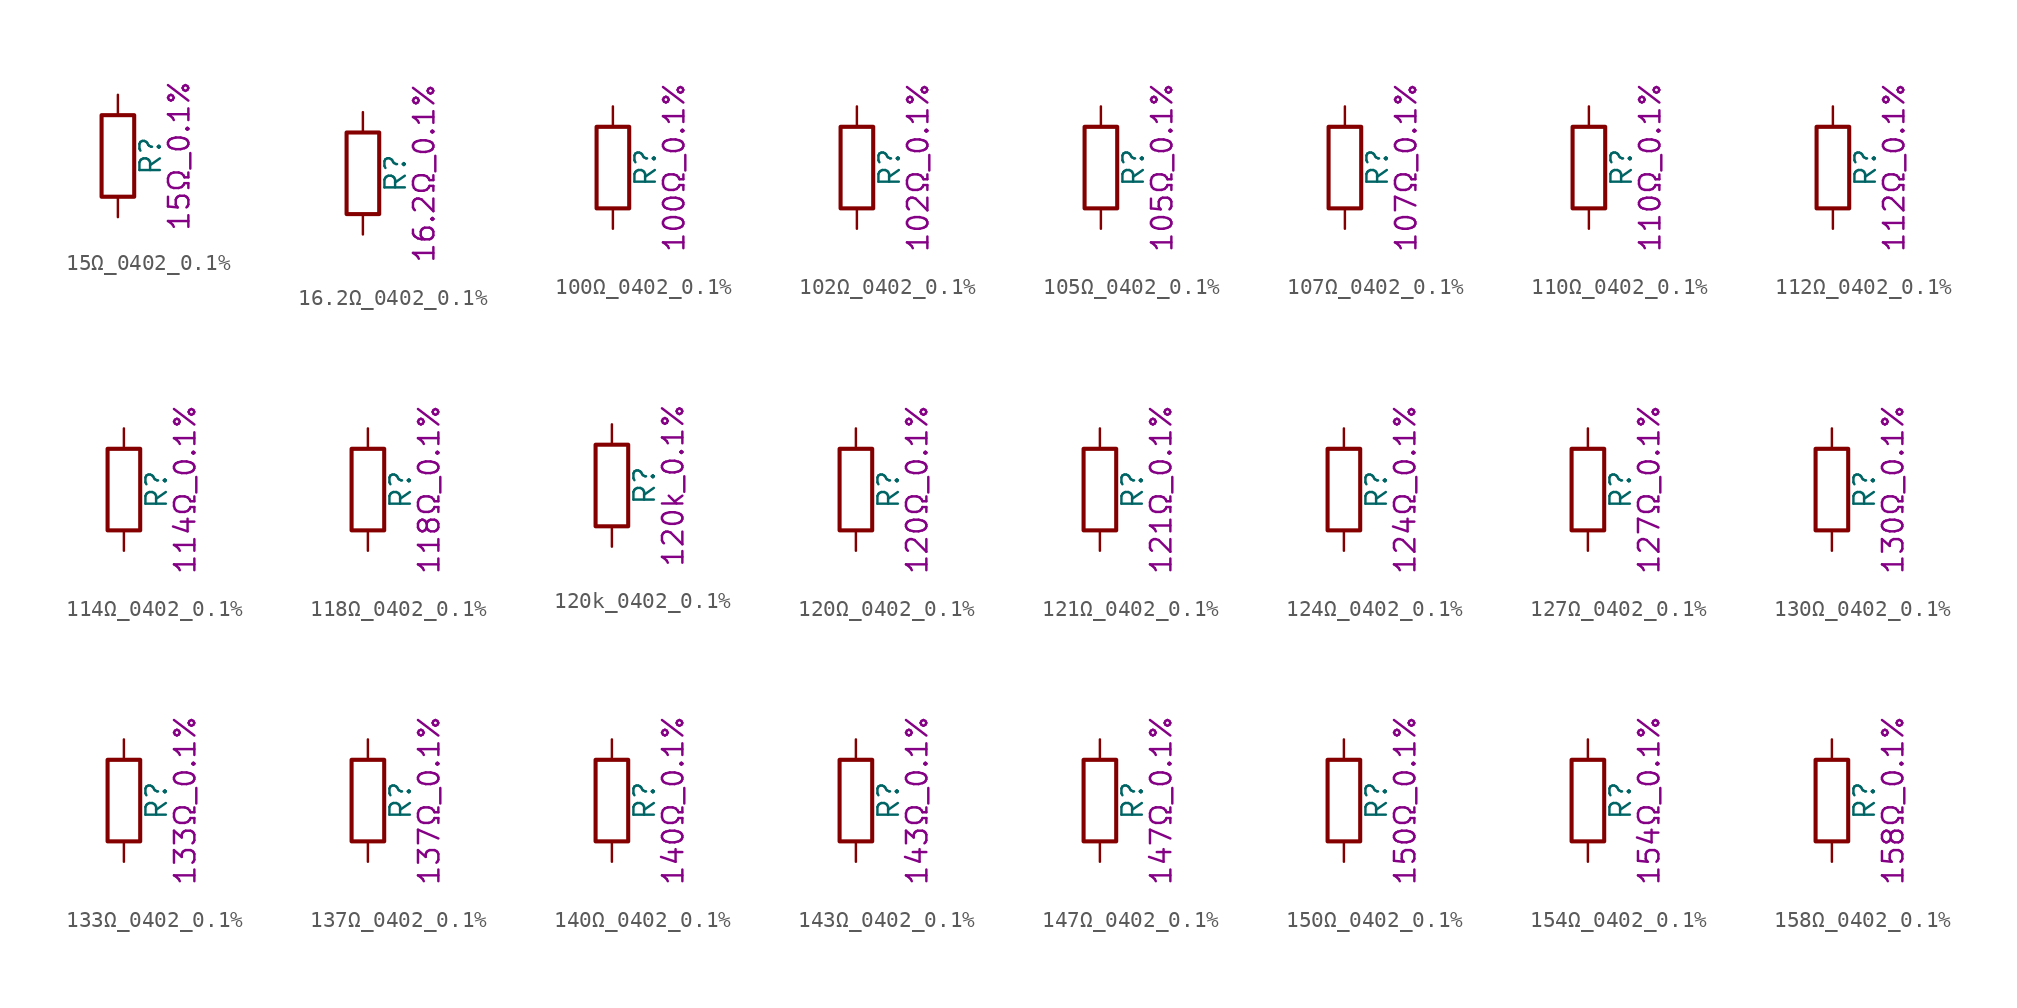
<source format=kicad_sym>
(kicad_symbol_lib
  (version 20211014)
  (generator kicad_symbol_editor)
  (symbol "15Ω_0402_0.1%"
    (pin_numbers hide)
    (pin_names
      (offset 0))
    (property "Reference" "R"
      (at 2.032 0 90)
      (effects (font (size 1.27 1.27))))
    (property "Display" "15Ω_0.1%"
      (at 3.81 0 90)
      (effects (font (size 1.27 1.27))))
    (symbol "15Ω_0402_0.1%_0_1"
      (rectangle (start -1.016 -2.54) (end 1.016 2.54) (stroke (width 0.254) (type default) (color 0 0 0 0)) (fill (type none))))
    (symbol "15Ω_0402_0.1%_1_1"
      (pin passive line (at 0 3.81 270) (length 1.27) (name "~" (effects (font (size 1.27 1.27)))) (number "1" (effects (font (size 1.27 1.27)))))
      (pin passive line (at 0 -3.81 90) (length 1.27) (name "~" (effects (font (size 1.27 1.27)))) (number "2" (effects (font (size 1.27 1.27)))))))
  (symbol "16.2Ω_0402_0.1%"
    (pin_numbers hide)
    (pin_names
      (offset 0))
    (property "Reference" "R"
      (at 2.032 0 90)
      (effects (font (size 1.27 1.27))))
    (property "Display" "16.2Ω_0.1%"
      (at 3.81 0 90)
      (effects (font (size 1.27 1.27))))
    (symbol "16.2Ω_0402_0.1%_0_1"
      (rectangle (start -1.016 -2.54) (end 1.016 2.54) (stroke (width 0.254) (type default) (color 0 0 0 0)) (fill (type none))))
    (symbol "16.2Ω_0402_0.1%_1_1"
      (pin passive line (at 0 3.81 270) (length 1.27) (name "~" (effects (font (size 1.27 1.27)))) (number "1" (effects (font (size 1.27 1.27)))))
      (pin passive line (at 0 -3.81 90) (length 1.27) (name "~" (effects (font (size 1.27 1.27)))) (number "2" (effects (font (size 1.27 1.27)))))))
  (symbol "100Ω_0402_0.1%"
    (pin_numbers hide)
    (pin_names
      (offset 0))
    (property "Reference" "R"
      (at 2.032 0 90)
      (effects (font (size 1.27 1.27))))
    (property "Display" "100Ω_0.1%"
      (at 3.81 0 90)
      (effects (font (size 1.27 1.27))))
    (symbol "100Ω_0402_0.1%_0_1"
      (rectangle (start -1.016 -2.54) (end 1.016 2.54) (stroke (width 0.254) (type default) (color 0 0 0 0)) (fill (type none))))
    (symbol "100Ω_0402_0.1%_1_1"
      (pin passive line (at 0 3.81 270) (length 1.27) (name "~" (effects (font (size 1.27 1.27)))) (number "1" (effects (font (size 1.27 1.27)))))
      (pin passive line (at 0 -3.81 90) (length 1.27) (name "~" (effects (font (size 1.27 1.27)))) (number "2" (effects (font (size 1.27 1.27)))))))
  (symbol "102Ω_0402_0.1%"
    (pin_numbers hide)
    (pin_names
      (offset 0))
    (property "Reference" "R"
      (at 2.032 0 90)
      (effects (font (size 1.27 1.27))))
    (property "Display" "102Ω_0.1%"
      (at 3.81 0 90)
      (effects (font (size 1.27 1.27))))
    (symbol "102Ω_0402_0.1%_0_1"
      (rectangle (start -1.016 -2.54) (end 1.016 2.54) (stroke (width 0.254) (type default) (color 0 0 0 0)) (fill (type none))))
    (symbol "102Ω_0402_0.1%_1_1"
      (pin passive line (at 0 3.81 270) (length 1.27) (name "~" (effects (font (size 1.27 1.27)))) (number "1" (effects (font (size 1.27 1.27)))))
      (pin passive line (at 0 -3.81 90) (length 1.27) (name "~" (effects (font (size 1.27 1.27)))) (number "2" (effects (font (size 1.27 1.27)))))))
  (symbol "105Ω_0402_0.1%"
    (pin_numbers hide)
    (pin_names
      (offset 0))
    (property "Reference" "R"
      (at 2.032 0 90)
      (effects (font (size 1.27 1.27))))
    (property "Display" "105Ω_0.1%"
      (at 3.81 0 90)
      (effects (font (size 1.27 1.27))))
    (symbol "105Ω_0402_0.1%_0_1"
      (rectangle (start -1.016 -2.54) (end 1.016 2.54) (stroke (width 0.254) (type default) (color 0 0 0 0)) (fill (type none))))
    (symbol "105Ω_0402_0.1%_1_1"
      (pin passive line (at 0 3.81 270) (length 1.27) (name "~" (effects (font (size 1.27 1.27)))) (number "1" (effects (font (size 1.27 1.27)))))
      (pin passive line (at 0 -3.81 90) (length 1.27) (name "~" (effects (font (size 1.27 1.27)))) (number "2" (effects (font (size 1.27 1.27)))))))
  (symbol "107Ω_0402_0.1%"
    (pin_numbers hide)
    (pin_names
      (offset 0))
    (property "Reference" "R"
      (at 2.032 0 90)
      (effects (font (size 1.27 1.27))))
    (property "Display" "107Ω_0.1%"
      (at 3.81 0 90)
      (effects (font (size 1.27 1.27))))
    (symbol "107Ω_0402_0.1%_0_1"
      (rectangle (start -1.016 -2.54) (end 1.016 2.54) (stroke (width 0.254) (type default) (color 0 0 0 0)) (fill (type none))))
    (symbol "107Ω_0402_0.1%_1_1"
      (pin passive line (at 0 3.81 270) (length 1.27) (name "~" (effects (font (size 1.27 1.27)))) (number "1" (effects (font (size 1.27 1.27)))))
      (pin passive line (at 0 -3.81 90) (length 1.27) (name "~" (effects (font (size 1.27 1.27)))) (number "2" (effects (font (size 1.27 1.27)))))))
  (symbol "110Ω_0402_0.1%"
    (pin_numbers hide)
    (pin_names
      (offset 0))
    (property "Reference" "R"
      (at 2.032 0 90)
      (effects (font (size 1.27 1.27))))
    (property "Display" "110Ω_0.1%"
      (at 3.81 0 90)
      (effects (font (size 1.27 1.27))))
    (symbol "110Ω_0402_0.1%_0_1"
      (rectangle (start -1.016 -2.54) (end 1.016 2.54) (stroke (width 0.254) (type default) (color 0 0 0 0)) (fill (type none))))
    (symbol "110Ω_0402_0.1%_1_1"
      (pin passive line (at 0 3.81 270) (length 1.27) (name "~" (effects (font (size 1.27 1.27)))) (number "1" (effects (font (size 1.27 1.27)))))
      (pin passive line (at 0 -3.81 90) (length 1.27) (name "~" (effects (font (size 1.27 1.27)))) (number "2" (effects (font (size 1.27 1.27)))))))
  (symbol "112Ω_0402_0.1%"
    (pin_numbers hide)
    (pin_names
      (offset 0))
    (property "Reference" "R"
      (at 2.032 0 90)
      (effects (font (size 1.27 1.27))))
    (property "Display" "112Ω_0.1%"
      (at 3.81 0 90)
      (effects (font (size 1.27 1.27))))
    (symbol "112Ω_0402_0.1%_0_1"
      (rectangle (start -1.016 -2.54) (end 1.016 2.54) (stroke (width 0.254) (type default) (color 0 0 0 0)) (fill (type none))))
    (symbol "112Ω_0402_0.1%_1_1"
      (pin passive line (at 0 3.81 270) (length 1.27) (name "~" (effects (font (size 1.27 1.27)))) (number "1" (effects (font (size 1.27 1.27)))))
      (pin passive line (at 0 -3.81 90) (length 1.27) (name "~" (effects (font (size 1.27 1.27)))) (number "2" (effects (font (size 1.27 1.27)))))))
  (symbol "114Ω_0402_0.1%"
    (pin_numbers hide)
    (pin_names
      (offset 0))
    (property "Reference" "R"
      (at 2.032 0 90)
      (effects (font (size 1.27 1.27))))
    (property "Display" "114Ω_0.1%"
      (at 3.81 0 90)
      (effects (font (size 1.27 1.27))))
    (symbol "114Ω_0402_0.1%_0_1"
      (rectangle (start -1.016 -2.54) (end 1.016 2.54) (stroke (width 0.254) (type default) (color 0 0 0 0)) (fill (type none))))
    (symbol "114Ω_0402_0.1%_1_1"
      (pin passive line (at 0 3.81 270) (length 1.27) (name "~" (effects (font (size 1.27 1.27)))) (number "1" (effects (font (size 1.27 1.27)))))
      (pin passive line (at 0 -3.81 90) (length 1.27) (name "~" (effects (font (size 1.27 1.27)))) (number "2" (effects (font (size 1.27 1.27)))))))
  (symbol "118Ω_0402_0.1%"
    (pin_numbers hide)
    (pin_names
      (offset 0))
    (property "Reference" "R"
      (at 2.032 0 90)
      (effects (font (size 1.27 1.27))))
    (property "Display" "118Ω_0.1%"
      (at 3.81 0 90)
      (effects (font (size 1.27 1.27))))
    (symbol "118Ω_0402_0.1%_0_1"
      (rectangle (start -1.016 -2.54) (end 1.016 2.54) (stroke (width 0.254) (type default) (color 0 0 0 0)) (fill (type none))))
    (symbol "118Ω_0402_0.1%_1_1"
      (pin passive line (at 0 3.81 270) (length 1.27) (name "~" (effects (font (size 1.27 1.27)))) (number "1" (effects (font (size 1.27 1.27)))))
      (pin passive line (at 0 -3.81 90) (length 1.27) (name "~" (effects (font (size 1.27 1.27)))) (number "2" (effects (font (size 1.27 1.27)))))))
  (symbol "120k_0402_0.1%"
    (pin_numbers hide)
    (pin_names
      (offset 0))
    (property "Reference" "R"
      (at 2.032 0 90)
      (effects (font (size 1.27 1.27))))
    (property "Display" "120k_0.1%"
      (at 3.81 0 90)
      (effects (font (size 1.27 1.27))))
    (symbol "120k_0402_0.1%_0_1"
      (rectangle (start -1.016 -2.54) (end 1.016 2.54) (stroke (width 0.254) (type default) (color 0 0 0 0)) (fill (type none))))
    (symbol "120k_0402_0.1%_1_1"
      (pin passive line (at 0 3.81 270) (length 1.27) (name "~" (effects (font (size 1.27 1.27)))) (number "1" (effects (font (size 1.27 1.27)))))
      (pin passive line (at 0 -3.81 90) (length 1.27) (name "~" (effects (font (size 1.27 1.27)))) (number "2" (effects (font (size 1.27 1.27)))))))
  (symbol "120Ω_0402_0.1%"
    (pin_numbers hide)
    (pin_names
      (offset 0))
    (property "Reference" "R"
      (at 2.032 0 90)
      (effects (font (size 1.27 1.27))))
    (property "Display" "120Ω_0.1%"
      (at 3.81 0 90)
      (effects (font (size 1.27 1.27))))
    (symbol "120Ω_0402_0.1%_0_1"
      (rectangle (start -1.016 -2.54) (end 1.016 2.54) (stroke (width 0.254) (type default) (color 0 0 0 0)) (fill (type none))))
    (symbol "120Ω_0402_0.1%_1_1"
      (pin passive line (at 0 3.81 270) (length 1.27) (name "~" (effects (font (size 1.27 1.27)))) (number "1" (effects (font (size 1.27 1.27)))))
      (pin passive line (at 0 -3.81 90) (length 1.27) (name "~" (effects (font (size 1.27 1.27)))) (number "2" (effects (font (size 1.27 1.27)))))))
  (symbol "121Ω_0402_0.1%"
    (pin_numbers hide)
    (pin_names
      (offset 0))
    (property "Reference" "R"
      (at 2.032 0 90)
      (effects (font (size 1.27 1.27))))
    (property "Display" "121Ω_0.1%"
      (at 3.81 0 90)
      (effects (font (size 1.27 1.27))))
    (symbol "121Ω_0402_0.1%_0_1"
      (rectangle (start -1.016 -2.54) (end 1.016 2.54) (stroke (width 0.254) (type default) (color 0 0 0 0)) (fill (type none))))
    (symbol "121Ω_0402_0.1%_1_1"
      (pin passive line (at 0 3.81 270) (length 1.27) (name "~" (effects (font (size 1.27 1.27)))) (number "1" (effects (font (size 1.27 1.27)))))
      (pin passive line (at 0 -3.81 90) (length 1.27) (name "~" (effects (font (size 1.27 1.27)))) (number "2" (effects (font (size 1.27 1.27)))))))
  (symbol "124Ω_0402_0.1%"
    (pin_numbers hide)
    (pin_names
      (offset 0))
    (property "Reference" "R"
      (at 2.032 0 90)
      (effects (font (size 1.27 1.27))))
    (property "Display" "124Ω_0.1%"
      (at 3.81 0 90)
      (effects (font (size 1.27 1.27))))
    (symbol "124Ω_0402_0.1%_0_1"
      (rectangle (start -1.016 -2.54) (end 1.016 2.54) (stroke (width 0.254) (type default) (color 0 0 0 0)) (fill (type none))))
    (symbol "124Ω_0402_0.1%_1_1"
      (pin passive line (at 0 3.81 270) (length 1.27) (name "~" (effects (font (size 1.27 1.27)))) (number "1" (effects (font (size 1.27 1.27)))))
      (pin passive line (at 0 -3.81 90) (length 1.27) (name "~" (effects (font (size 1.27 1.27)))) (number "2" (effects (font (size 1.27 1.27)))))))
  (symbol "127Ω_0402_0.1%"
    (pin_numbers hide)
    (pin_names
      (offset 0))
    (property "Reference" "R"
      (at 2.032 0 90)
      (effects (font (size 1.27 1.27))))
    (property "Display" "127Ω_0.1%"
      (at 3.81 0 90)
      (effects (font (size 1.27 1.27))))
    (symbol "127Ω_0402_0.1%_0_1"
      (rectangle (start -1.016 -2.54) (end 1.016 2.54) (stroke (width 0.254) (type default) (color 0 0 0 0)) (fill (type none))))
    (symbol "127Ω_0402_0.1%_1_1"
      (pin passive line (at 0 3.81 270) (length 1.27) (name "~" (effects (font (size 1.27 1.27)))) (number "1" (effects (font (size 1.27 1.27)))))
      (pin passive line (at 0 -3.81 90) (length 1.27) (name "~" (effects (font (size 1.27 1.27)))) (number "2" (effects (font (size 1.27 1.27)))))))
  (symbol "130Ω_0402_0.1%"
    (pin_numbers hide)
    (pin_names
      (offset 0))
    (property "Reference" "R"
      (at 2.032 0 90)
      (effects (font (size 1.27 1.27))))
    (property "Display" "130Ω_0.1%"
      (at 3.81 0 90)
      (effects (font (size 1.27 1.27))))
    (symbol "130Ω_0402_0.1%_0_1"
      (rectangle (start -1.016 -2.54) (end 1.016 2.54) (stroke (width 0.254) (type default) (color 0 0 0 0)) (fill (type none))))
    (symbol "130Ω_0402_0.1%_1_1"
      (pin passive line (at 0 3.81 270) (length 1.27) (name "~" (effects (font (size 1.27 1.27)))) (number "1" (effects (font (size 1.27 1.27)))))
      (pin passive line (at 0 -3.81 90) (length 1.27) (name "~" (effects (font (size 1.27 1.27)))) (number "2" (effects (font (size 1.27 1.27)))))))
  (symbol "133Ω_0402_0.1%"
    (pin_numbers hide)
    (pin_names
      (offset 0))
    (property "Reference" "R"
      (at 2.032 0 90)
      (effects (font (size 1.27 1.27))))
    (property "Display" "133Ω_0.1%"
      (at 3.81 0 90)
      (effects (font (size 1.27 1.27))))
    (symbol "133Ω_0402_0.1%_0_1"
      (rectangle (start -1.016 -2.54) (end 1.016 2.54) (stroke (width 0.254) (type default) (color 0 0 0 0)) (fill (type none))))
    (symbol "133Ω_0402_0.1%_1_1"
      (pin passive line (at 0 3.81 270) (length 1.27) (name "~" (effects (font (size 1.27 1.27)))) (number "1" (effects (font (size 1.27 1.27)))))
      (pin passive line (at 0 -3.81 90) (length 1.27) (name "~" (effects (font (size 1.27 1.27)))) (number "2" (effects (font (size 1.27 1.27)))))))
  (symbol "137Ω_0402_0.1%"
    (pin_numbers hide)
    (pin_names
      (offset 0))
    (property "Reference" "R"
      (at 2.032 0 90)
      (effects (font (size 1.27 1.27))))
    (property "Display" "137Ω_0.1%"
      (at 3.81 0 90)
      (effects (font (size 1.27 1.27))))
    (symbol "137Ω_0402_0.1%_0_1"
      (rectangle (start -1.016 -2.54) (end 1.016 2.54) (stroke (width 0.254) (type default) (color 0 0 0 0)) (fill (type none))))
    (symbol "137Ω_0402_0.1%_1_1"
      (pin passive line (at 0 3.81 270) (length 1.27) (name "~" (effects (font (size 1.27 1.27)))) (number "1" (effects (font (size 1.27 1.27)))))
      (pin passive line (at 0 -3.81 90) (length 1.27) (name "~" (effects (font (size 1.27 1.27)))) (number "2" (effects (font (size 1.27 1.27)))))))
  (symbol "140Ω_0402_0.1%"
    (pin_numbers hide)
    (pin_names
      (offset 0))
    (property "Reference" "R"
      (at 2.032 0 90)
      (effects (font (size 1.27 1.27))))
    (property "Display" "140Ω_0.1%"
      (at 3.81 0 90)
      (effects (font (size 1.27 1.27))))
    (symbol "140Ω_0402_0.1%_0_1"
      (rectangle (start -1.016 -2.54) (end 1.016 2.54) (stroke (width 0.254) (type default) (color 0 0 0 0)) (fill (type none))))
    (symbol "140Ω_0402_0.1%_1_1"
      (pin passive line (at 0 3.81 270) (length 1.27) (name "~" (effects (font (size 1.27 1.27)))) (number "1" (effects (font (size 1.27 1.27)))))
      (pin passive line (at 0 -3.81 90) (length 1.27) (name "~" (effects (font (size 1.27 1.27)))) (number "2" (effects (font (size 1.27 1.27)))))))
  (symbol "143Ω_0402_0.1%"
    (pin_numbers hide)
    (pin_names
      (offset 0))
    (property "Reference" "R"
      (at 2.032 0 90)
      (effects (font (size 1.27 1.27))))
    (property "Display" "143Ω_0.1%"
      (at 3.81 0 90)
      (effects (font (size 1.27 1.27))))
    (symbol "143Ω_0402_0.1%_0_1"
      (rectangle (start -1.016 -2.54) (end 1.016 2.54) (stroke (width 0.254) (type default) (color 0 0 0 0)) (fill (type none))))
    (symbol "143Ω_0402_0.1%_1_1"
      (pin passive line (at 0 3.81 270) (length 1.27) (name "~" (effects (font (size 1.27 1.27)))) (number "1" (effects (font (size 1.27 1.27)))))
      (pin passive line (at 0 -3.81 90) (length 1.27) (name "~" (effects (font (size 1.27 1.27)))) (number "2" (effects (font (size 1.27 1.27)))))))
  (symbol "147Ω_0402_0.1%"
    (pin_numbers hide)
    (pin_names
      (offset 0))
    (property "Reference" "R"
      (at 2.032 0 90)
      (effects (font (size 1.27 1.27))))
    (property "Display" "147Ω_0.1%"
      (at 3.81 0 90)
      (effects (font (size 1.27 1.27))))
    (symbol "147Ω_0402_0.1%_0_1"
      (rectangle (start -1.016 -2.54) (end 1.016 2.54) (stroke (width 0.254) (type default) (color 0 0 0 0)) (fill (type none))))
    (symbol "147Ω_0402_0.1%_1_1"
      (pin passive line (at 0 3.81 270) (length 1.27) (name "~" (effects (font (size 1.27 1.27)))) (number "1" (effects (font (size 1.27 1.27)))))
      (pin passive line (at 0 -3.81 90) (length 1.27) (name "~" (effects (font (size 1.27 1.27)))) (number "2" (effects (font (size 1.27 1.27)))))))
  (symbol "150Ω_0402_0.1%"
    (pin_numbers hide)
    (pin_names
      (offset 0))
    (property "Reference" "R"
      (at 2.032 0 90)
      (effects (font (size 1.27 1.27))))
    (property "Display" "150Ω_0.1%"
      (at 3.81 0 90)
      (effects (font (size 1.27 1.27))))
    (symbol "150Ω_0402_0.1%_0_1"
      (rectangle (start -1.016 -2.54) (end 1.016 2.54) (stroke (width 0.254) (type default) (color 0 0 0 0)) (fill (type none))))
    (symbol "150Ω_0402_0.1%_1_1"
      (pin passive line (at 0 3.81 270) (length 1.27) (name "~" (effects (font (size 1.27 1.27)))) (number "1" (effects (font (size 1.27 1.27)))))
      (pin passive line (at 0 -3.81 90) (length 1.27) (name "~" (effects (font (size 1.27 1.27)))) (number "2" (effects (font (size 1.27 1.27)))))))
  (symbol "154Ω_0402_0.1%"
    (pin_numbers hide)
    (pin_names
      (offset 0))
    (property "Reference" "R"
      (at 2.032 0 90)
      (effects (font (size 1.27 1.27))))
    (property "Display" "154Ω_0.1%"
      (at 3.81 0 90)
      (effects (font (size 1.27 1.27))))
    (symbol "154Ω_0402_0.1%_0_1"
      (rectangle (start -1.016 -2.54) (end 1.016 2.54) (stroke (width 0.254) (type default) (color 0 0 0 0)) (fill (type none))))
    (symbol "154Ω_0402_0.1%_1_1"
      (pin passive line (at 0 3.81 270) (length 1.27) (name "~" (effects (font (size 1.27 1.27)))) (number "1" (effects (font (size 1.27 1.27)))))
      (pin passive line (at 0 -3.81 90) (length 1.27) (name "~" (effects (font (size 1.27 1.27)))) (number "2" (effects (font (size 1.27 1.27)))))))
  (symbol "158Ω_0402_0.1%"
    (pin_numbers hide)
    (pin_names
      (offset 0))
    (property "Reference" "R"
      (at 2.032 0 90)
      (effects (font (size 1.27 1.27))))
    (property "Display" "158Ω_0.1%"
      (at 3.81 0 90)
      (effects (font (size 1.27 1.27))))
    (symbol "158Ω_0402_0.1%_0_1"
      (rectangle (start -1.016 -2.54) (end 1.016 2.54) (stroke (width 0.254) (type default) (color 0 0 0 0)) (fill (type none))))
    (symbol "158Ω_0402_0.1%_1_1"
      (pin passive line (at 0 3.81 270) (length 1.27) (name "~" (effects (font (size 1.27 1.27)))) (number "1" (effects (font (size 1.27 1.27)))))
      (pin passive line (at 0 -3.81 90) (length 1.27) (name "~" (effects (font (size 1.27 1.27)))) (number "2" (effects (font (size 1.27 1.27))))))))
</source>
